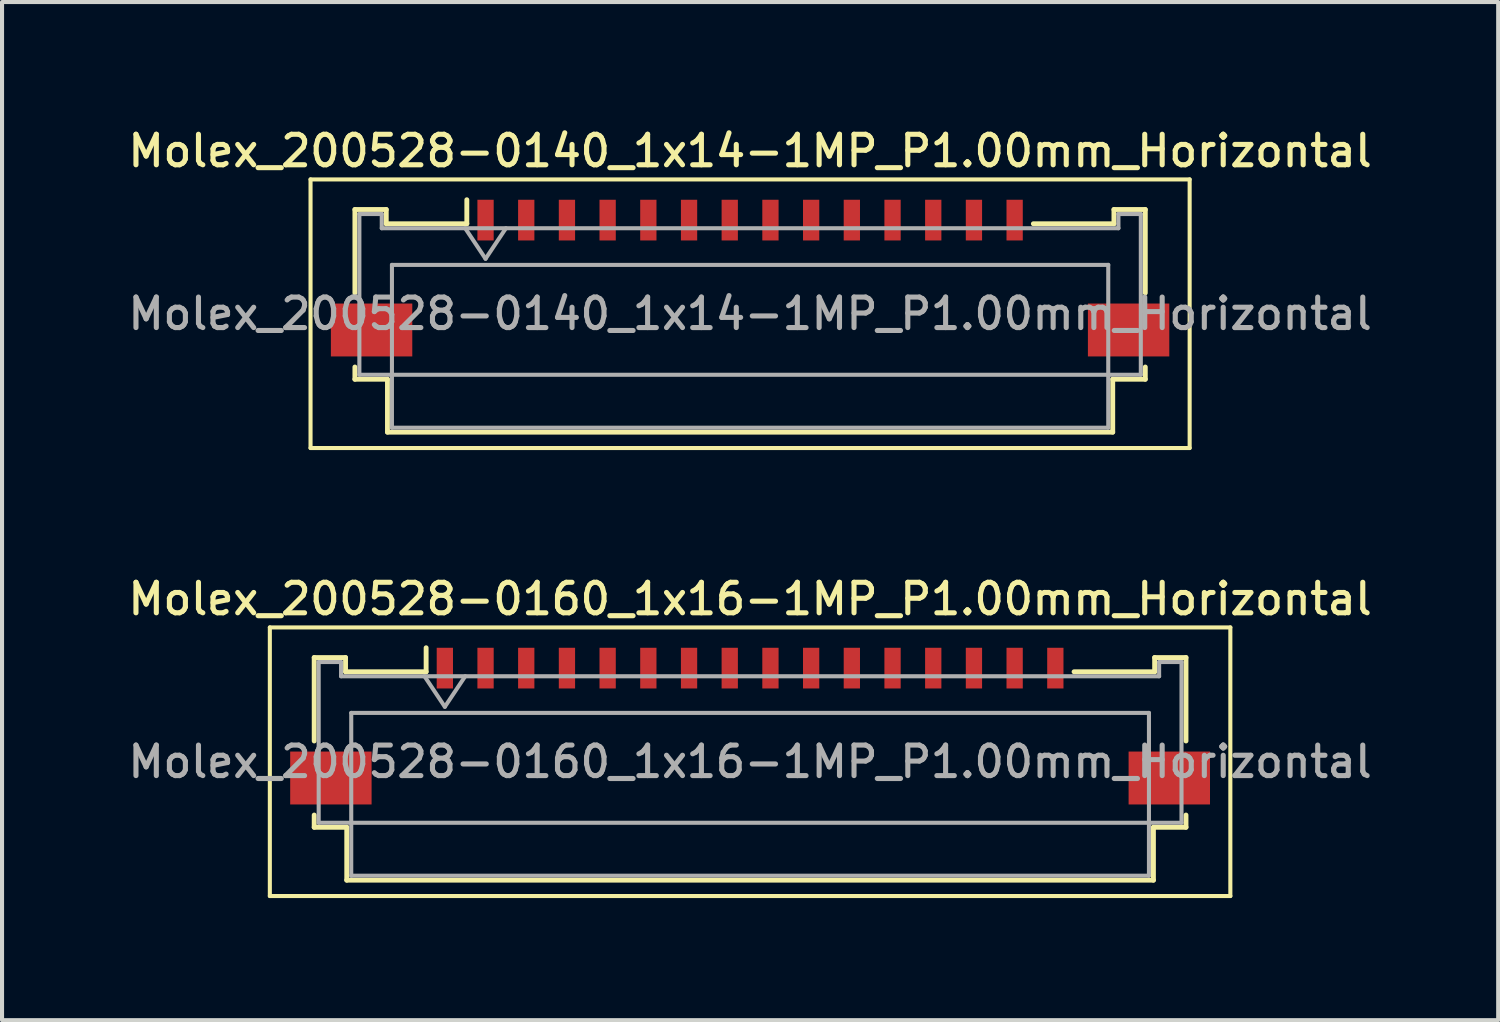
<source format=kicad_pcb>
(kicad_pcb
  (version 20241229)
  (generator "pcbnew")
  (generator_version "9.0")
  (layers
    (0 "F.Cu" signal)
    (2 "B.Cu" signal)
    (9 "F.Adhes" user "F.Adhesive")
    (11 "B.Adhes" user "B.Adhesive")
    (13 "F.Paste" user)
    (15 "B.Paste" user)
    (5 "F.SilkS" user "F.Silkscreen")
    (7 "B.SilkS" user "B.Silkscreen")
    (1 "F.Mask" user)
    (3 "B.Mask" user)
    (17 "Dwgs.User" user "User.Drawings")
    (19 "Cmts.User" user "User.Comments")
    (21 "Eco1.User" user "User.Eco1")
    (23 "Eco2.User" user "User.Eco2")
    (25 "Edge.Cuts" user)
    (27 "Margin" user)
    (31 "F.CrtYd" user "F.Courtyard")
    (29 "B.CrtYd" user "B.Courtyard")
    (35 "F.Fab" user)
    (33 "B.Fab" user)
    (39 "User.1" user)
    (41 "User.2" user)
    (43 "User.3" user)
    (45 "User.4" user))
  (footprint "Molex_200528-0140_1x14-1MP_P1.00mm_Horizontal"
    (layer "F.Cu")
    (at 15.38 3.268)
    (property "Reference" "Molex_200528-0140_1x14-1MP_P1.00mm_Horizontal" (at 0 -2.61 0) (layer "F.SilkS") (effects (font (size 0.75 0.75) (thickness 0.125))))
    (attr smd)
    (fp_line (start -10.8 -1.91) (end -10.8 4.69) (stroke (width 0.1) (type solid)) (layer "F.SilkS"))
    (fp_line (start -10.8 4.69) (end 10.8 4.69) (stroke (width 0.1) (type solid)) (layer "F.SilkS"))
    (fp_line (start -9.71 -1.17) (end -9.71 0.88) (stroke (width 0.12) (type solid)) (layer "F.SilkS"))
    (fp_line (start -9.71 2.7) (end -9.71 3) (stroke (width 0.12) (type solid)) (layer "F.SilkS"))
    (fp_line (start -9.71 3) (end -8.91 3) (stroke (width 0.12) (type solid)) (layer "F.SilkS"))
    (fp_line (start -8.94 -1.17) (end -9.71 -1.17) (stroke (width 0.12) (type solid)) (layer "F.SilkS"))
    (fp_line (start -8.94 -0.82) (end -8.94 -1.17) (stroke (width 0.12) (type solid)) (layer "F.SilkS"))
    (fp_line (start -8.91 3) (end -8.91 4.3) (stroke (width 0.12) (type solid)) (layer "F.SilkS"))
    (fp_line (start -8.91 4.3) (end 8.91 4.3) (stroke (width 0.12) (type solid)) (layer "F.SilkS"))
    (fp_line (start -6.96 -1.41) (end -6.96 -0.82) (stroke (width 0.12) (type solid)) (layer "F.SilkS"))
    (fp_line (start -6.96 -0.82) (end -8.94 -0.82) (stroke (width 0.12) (type solid)) (layer "F.SilkS"))
    (fp_line (start 8.91 3) (end 9.71 3) (stroke (width 0.12) (type solid)) (layer "F.SilkS"))
    (fp_line (start 8.91 4.3) (end 8.91 3) (stroke (width 0.12) (type solid)) (layer "F.SilkS"))
    (fp_line (start 8.94 -1.17) (end 8.94 -0.82) (stroke (width 0.12) (type solid)) (layer "F.SilkS"))
    (fp_line (start 8.94 -0.82) (end 6.96 -0.82) (stroke (width 0.12) (type solid)) (layer "F.SilkS"))
    (fp_line (start 9.71 -1.17) (end 8.94 -1.17) (stroke (width 0.12) (type solid)) (layer "F.SilkS"))
    (fp_line (start 9.71 0.88) (end 9.71 -1.17) (stroke (width 0.12) (type solid)) (layer "F.SilkS"))
    (fp_line (start 9.71 3) (end 9.71 2.7) (stroke (width 0.12) (type solid)) (layer "F.SilkS"))
    (fp_line (start 10.8 -1.91) (end -10.8 -1.91) (stroke (width 0.1) (type solid)) (layer "F.SilkS"))
    (fp_line (start 10.8 4.69) (end 10.8 -1.91) (stroke (width 0.1) (type solid)) (layer "F.SilkS"))
    (fp_line (start -9.6 -1.06) (end -9.6 2.89) (stroke (width 0.1) (type solid)) (layer "F.Fab"))
    (fp_line (start -9.6 2.89) (end 9.6 2.89) (stroke (width 0.1) (type solid)) (layer "F.Fab"))
    (fp_line (start -9.05 -1.06) (end -9.6 -1.06) (stroke (width 0.1) (type solid)) (layer "F.Fab"))
    (fp_line (start -9.05 -0.71) (end -9.05 -1.06) (stroke (width 0.1) (type solid)) (layer "F.Fab"))
    (fp_line (start -8.8 0.19) (end -8.8 4.19) (stroke (width 0.1) (type solid)) (layer "F.Fab"))
    (fp_line (start -8.8 4.19) (end 8.8 4.19) (stroke (width 0.1) (type solid)) (layer "F.Fab"))
    (fp_line (start -7 -0.71) (end -6.5 0.04) (stroke (width 0.1) (type solid)) (layer "F.Fab"))
    (fp_line (start -6.5 0.04) (end -6 -0.71) (stroke (width 0.1) (type solid)) (layer "F.Fab"))
    (fp_line (start 8.8 0.19) (end -8.8 0.19) (stroke (width 0.1) (type solid)) (layer "F.Fab"))
    (fp_line (start 8.8 4.19) (end 8.8 0.19) (stroke (width 0.1) (type solid)) (layer "F.Fab"))
    (fp_line (start 9.05 -1.06) (end 9.05 -0.71) (stroke (width 0.1) (type solid)) (layer "F.Fab"))
    (fp_line (start 9.05 -0.71) (end -9.05 -0.71) (stroke (width 0.1) (type solid)) (layer "F.Fab"))
    (fp_line (start 9.6 -1.06) (end 9.05 -1.06) (stroke (width 0.1) (type solid)) (layer "F.Fab"))
    (fp_line (start 9.6 2.89) (end 9.6 -1.06) (stroke (width 0.1) (type solid)) (layer "F.Fab"))
    (fp_text user "${REFERENCE}" (at 0 1.39 0) (layer "F.Fab") (effects (font (size 0.75 0.75) (thickness 0.125))))
    (pad "1" smd rect (at -6.5 -0.91) (size 0.4 1) (layers "F.Cu" "F.Mask" "F.Paste"))
    (pad "2" smd rect (at -5.5 -0.91) (size 0.4 1) (layers "F.Cu" "F.Mask" "F.Paste"))
    (pad "3" smd rect (at -4.5 -0.91) (size 0.4 1) (layers "F.Cu" "F.Mask" "F.Paste"))
    (pad "4" smd rect (at -3.5 -0.91) (size 0.4 1) (layers "F.Cu" "F.Mask" "F.Paste"))
    (pad "5" smd rect (at -2.5 -0.91) (size 0.4 1) (layers "F.Cu" "F.Mask" "F.Paste"))
    (pad "6" smd rect (at -1.5 -0.91) (size 0.4 1) (layers "F.Cu" "F.Mask" "F.Paste"))
    (pad "7" smd rect (at -0.5 -0.91) (size 0.4 1) (layers "F.Cu" "F.Mask" "F.Paste"))
    (pad "8" smd rect (at 0.5 -0.91) (size 0.4 1) (layers "F.Cu" "F.Mask" "F.Paste"))
    (pad "9" smd rect (at 1.5 -0.91) (size 0.4 1) (layers "F.Cu" "F.Mask" "F.Paste"))
    (pad "10" smd rect (at 2.5 -0.91) (size 0.4 1) (layers "F.Cu" "F.Mask" "F.Paste"))
    (pad "11" smd rect (at 3.5 -0.91) (size 0.4 1) (layers "F.Cu" "F.Mask" "F.Paste"))
    (pad "12" smd rect (at 4.5 -0.91) (size 0.4 1) (layers "F.Cu" "F.Mask" "F.Paste"))
    (pad "13" smd rect (at 5.5 -0.91) (size 0.4 1) (layers "F.Cu" "F.Mask" "F.Paste"))
    (pad "14" smd rect (at 6.5 -0.91) (size 0.4 1) (layers "F.Cu" "F.Mask" "F.Paste"))
    (pad "MP" smd rect (at -9.3 1.79) (size 2 1.3) (layers "F.Cu" "F.Mask" "F.Paste"))
    (pad "MP" smd rect (at 9.3 1.79) (size 2 1.3) (layers "F.Cu" "F.Mask" "F.Paste")))
  (footprint "Molex_200528-0160_1x16-1MP_P1.00mm_Horizontal"
    (layer "F.Cu")
    (at 15.38 14.276)
    (property "Reference" "Molex_200528-0160_1x16-1MP_P1.00mm_Horizontal" (at 0 -2.61 0) (layer "F.SilkS") (effects (font (size 0.75 0.75) (thickness 0.125))))
    (attr smd)
    (fp_line (start -11.8 -1.91) (end -11.8 4.69) (stroke (width 0.1) (type solid)) (layer "F.SilkS"))
    (fp_line (start -11.8 4.69) (end 11.8 4.69) (stroke (width 0.1) (type solid)) (layer "F.SilkS"))
    (fp_line (start -10.71 -1.17) (end -10.71 0.88) (stroke (width 0.12) (type solid)) (layer "F.SilkS"))
    (fp_line (start -10.71 2.7) (end -10.71 3) (stroke (width 0.12) (type solid)) (layer "F.SilkS"))
    (fp_line (start -10.71 3) (end -9.91 3) (stroke (width 0.12) (type solid)) (layer "F.SilkS"))
    (fp_line (start -9.94 -1.17) (end -10.71 -1.17) (stroke (width 0.12) (type solid)) (layer "F.SilkS"))
    (fp_line (start -9.94 -0.82) (end -9.94 -1.17) (stroke (width 0.12) (type solid)) (layer "F.SilkS"))
    (fp_line (start -9.91 3) (end -9.91 4.3) (stroke (width 0.12) (type solid)) (layer "F.SilkS"))
    (fp_line (start -9.91 4.3) (end 9.91 4.3) (stroke (width 0.12) (type solid)) (layer "F.SilkS"))
    (fp_line (start -7.96 -1.41) (end -7.96 -0.82) (stroke (width 0.12) (type solid)) (layer "F.SilkS"))
    (fp_line (start -7.96 -0.82) (end -9.94 -0.82) (stroke (width 0.12) (type solid)) (layer "F.SilkS"))
    (fp_line (start 9.91 3) (end 10.71 3) (stroke (width 0.12) (type solid)) (layer "F.SilkS"))
    (fp_line (start 9.91 4.3) (end 9.91 3) (stroke (width 0.12) (type solid)) (layer "F.SilkS"))
    (fp_line (start 9.94 -1.17) (end 9.94 -0.82) (stroke (width 0.12) (type solid)) (layer "F.SilkS"))
    (fp_line (start 9.94 -0.82) (end 7.96 -0.82) (stroke (width 0.12) (type solid)) (layer "F.SilkS"))
    (fp_line (start 10.71 -1.17) (end 9.94 -1.17) (stroke (width 0.12) (type solid)) (layer "F.SilkS"))
    (fp_line (start 10.71 0.88) (end 10.71 -1.17) (stroke (width 0.12) (type solid)) (layer "F.SilkS"))
    (fp_line (start 10.71 3) (end 10.71 2.7) (stroke (width 0.12) (type solid)) (layer "F.SilkS"))
    (fp_line (start 11.8 -1.91) (end -11.8 -1.91) (stroke (width 0.1) (type solid)) (layer "F.SilkS"))
    (fp_line (start 11.8 4.69) (end 11.8 -1.91) (stroke (width 0.1) (type solid)) (layer "F.SilkS"))
    (fp_line (start -10.6 -1.06) (end -10.6 2.89) (stroke (width 0.1) (type solid)) (layer "F.Fab"))
    (fp_line (start -10.6 2.89) (end 10.6 2.89) (stroke (width 0.1) (type solid)) (layer "F.Fab"))
    (fp_line (start -10.05 -1.06) (end -10.6 -1.06) (stroke (width 0.1) (type solid)) (layer "F.Fab"))
    (fp_line (start -10.05 -0.71) (end -10.05 -1.06) (stroke (width 0.1) (type solid)) (layer "F.Fab"))
    (fp_line (start -9.8 0.19) (end -9.8 4.19) (stroke (width 0.1) (type solid)) (layer "F.Fab"))
    (fp_line (start -9.8 4.19) (end 9.8 4.19) (stroke (width 0.1) (type solid)) (layer "F.Fab"))
    (fp_line (start -8 -0.71) (end -7.5 0.04) (stroke (width 0.1) (type solid)) (layer "F.Fab"))
    (fp_line (start -7.5 0.04) (end -7 -0.71) (stroke (width 0.1) (type solid)) (layer "F.Fab"))
    (fp_line (start 9.8 0.19) (end -9.8 0.19) (stroke (width 0.1) (type solid)) (layer "F.Fab"))
    (fp_line (start 9.8 4.19) (end 9.8 0.19) (stroke (width 0.1) (type solid)) (layer "F.Fab"))
    (fp_line (start 10.05 -1.06) (end 10.05 -0.71) (stroke (width 0.1) (type solid)) (layer "F.Fab"))
    (fp_line (start 10.05 -0.71) (end -10.05 -0.71) (stroke (width 0.1) (type solid)) (layer "F.Fab"))
    (fp_line (start 10.6 -1.06) (end 10.05 -1.06) (stroke (width 0.1) (type solid)) (layer "F.Fab"))
    (fp_line (start 10.6 2.89) (end 10.6 -1.06) (stroke (width 0.1) (type solid)) (layer "F.Fab"))
    (fp_text user "${REFERENCE}" (at 0 1.39 0) (layer "F.Fab") (effects (font (size 0.75 0.75) (thickness 0.125))))
    (pad "1" smd rect (at -7.5 -0.91) (size 0.4 1) (layers "F.Cu" "F.Mask" "F.Paste"))
    (pad "2" smd rect (at -6.5 -0.91) (size 0.4 1) (layers "F.Cu" "F.Mask" "F.Paste"))
    (pad "3" smd rect (at -5.5 -0.91) (size 0.4 1) (layers "F.Cu" "F.Mask" "F.Paste"))
    (pad "4" smd rect (at -4.5 -0.91) (size 0.4 1) (layers "F.Cu" "F.Mask" "F.Paste"))
    (pad "5" smd rect (at -3.5 -0.91) (size 0.4 1) (layers "F.Cu" "F.Mask" "F.Paste"))
    (pad "6" smd rect (at -2.5 -0.91) (size 0.4 1) (layers "F.Cu" "F.Mask" "F.Paste"))
    (pad "7" smd rect (at -1.5 -0.91) (size 0.4 1) (layers "F.Cu" "F.Mask" "F.Paste"))
    (pad "8" smd rect (at -0.5 -0.91) (size 0.4 1) (layers "F.Cu" "F.Mask" "F.Paste"))
    (pad "9" smd rect (at 0.5 -0.91) (size 0.4 1) (layers "F.Cu" "F.Mask" "F.Paste"))
    (pad "10" smd rect (at 1.5 -0.91) (size 0.4 1) (layers "F.Cu" "F.Mask" "F.Paste"))
    (pad "11" smd rect (at 2.5 -0.91) (size 0.4 1) (layers "F.Cu" "F.Mask" "F.Paste"))
    (pad "12" smd rect (at 3.5 -0.91) (size 0.4 1) (layers "F.Cu" "F.Mask" "F.Paste"))
    (pad "13" smd rect (at 4.5 -0.91) (size 0.4 1) (layers "F.Cu" "F.Mask" "F.Paste"))
    (pad "14" smd rect (at 5.5 -0.91) (size 0.4 1) (layers "F.Cu" "F.Mask" "F.Paste"))
    (pad "15" smd rect (at 6.5 -0.91) (size 0.4 1) (layers "F.Cu" "F.Mask" "F.Paste"))
    (pad "16" smd rect (at 7.5 -0.91) (size 0.4 1) (layers "F.Cu" "F.Mask" "F.Paste"))
    (pad "MP" smd rect (at -10.3 1.79) (size 2 1.3) (layers "F.Cu" "F.Mask" "F.Paste"))
    (pad "MP" smd rect (at 10.3 1.79) (size 2 1.3) (layers "F.Cu" "F.Mask" "F.Paste")))
  (gr_rect
    (start -3 -3)
    (end 33.761 22.016)
    (stroke (width 0.1) (type default))
    (fill no)
    (layer "Edge.Cuts")))
</source>
